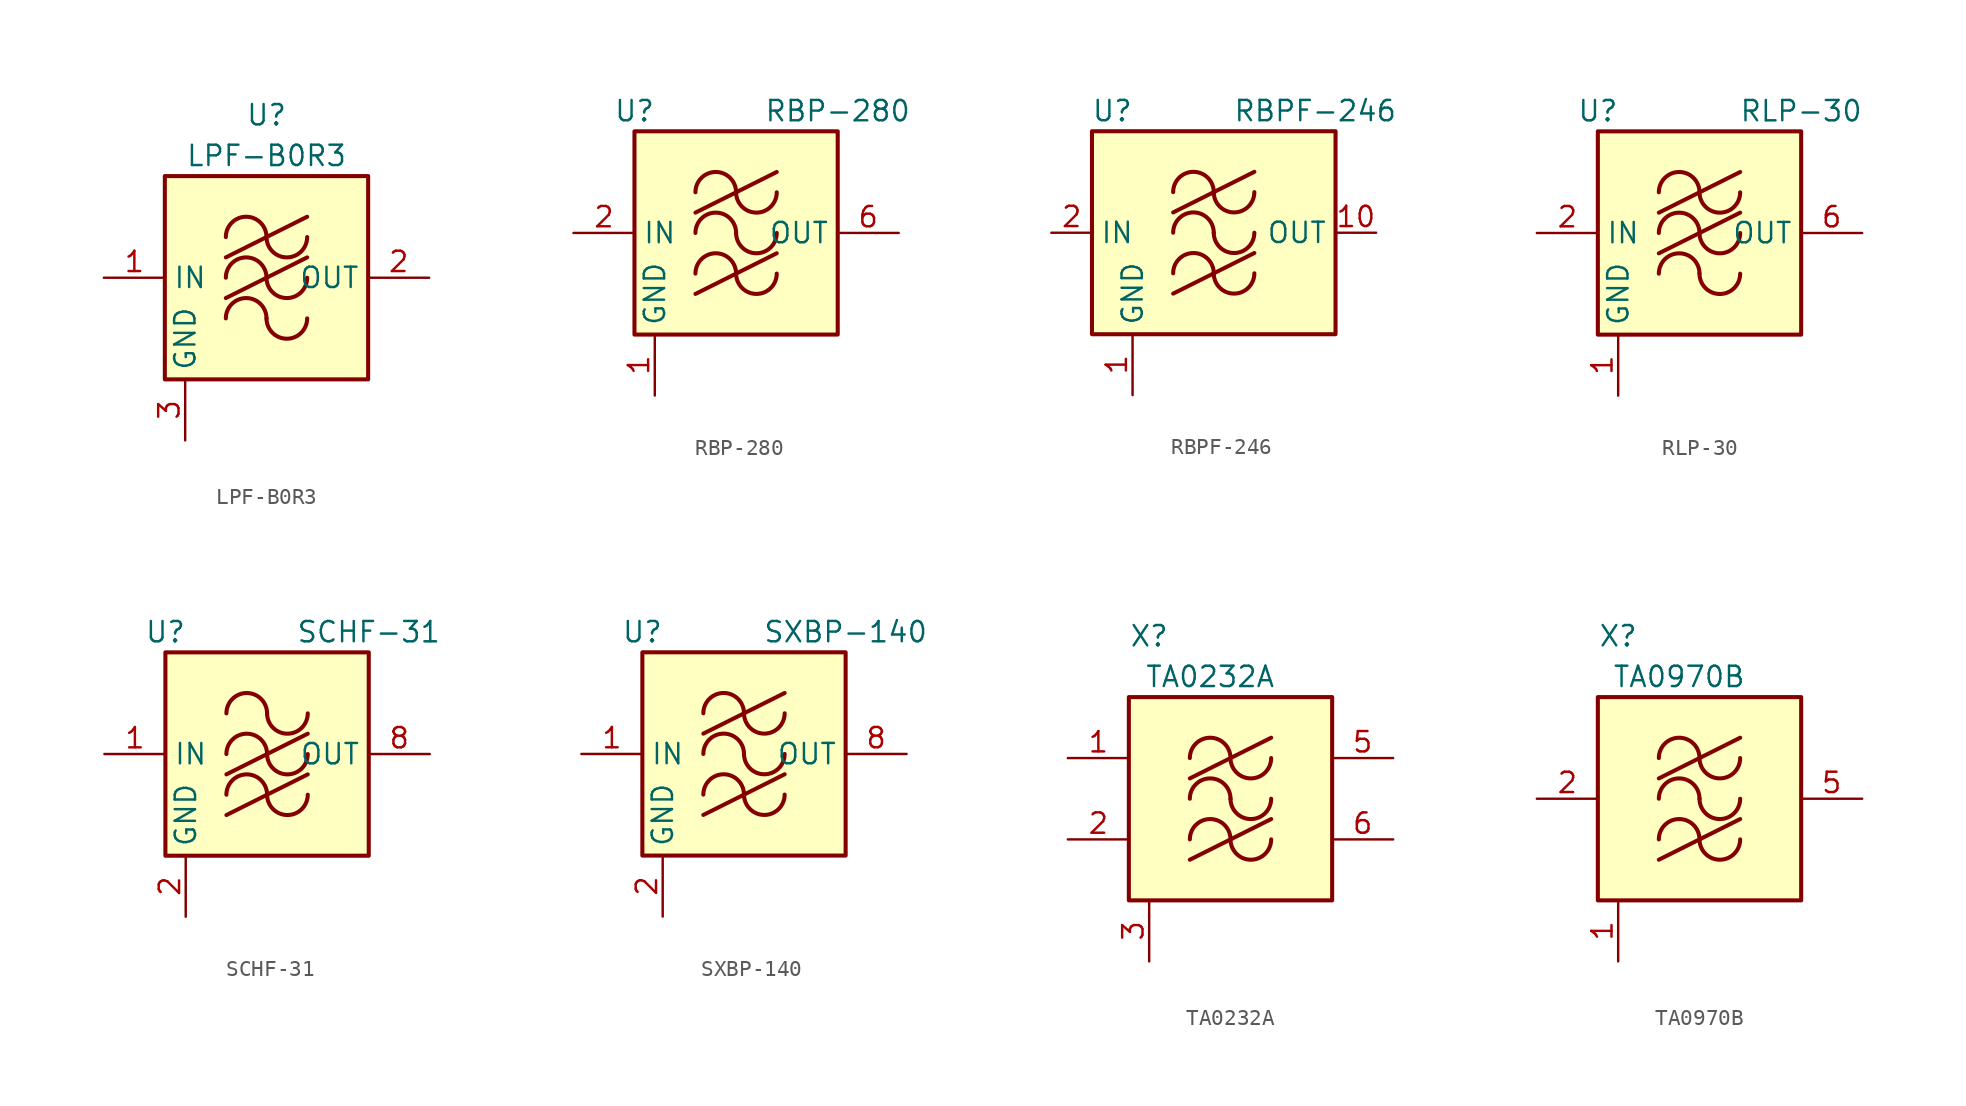
<source format=kicad_sym>
(kicad_symbol_lib
  (version 20201005)
  (generator kicad_symbol_editor)
  (symbol "RF_Filter:LPF-B0R3"
    (property "Reference" "U"
      (at 0 10.16 0)
      (effects (font (size 1.27 1.27))))
    (property "Value" "LPF-B0R3"
      (at 0 7.62 0)
      (effects (font (size 1.27 1.27))))
    (symbol "LPF-B0R3_0_1"
      (arc (start 0 -2.54) (end -2.54 -2.54) (radius (at -1.27 -2.54) (length 1.27) (angles 0.1 179.9)) (stroke (width 0.254)) (fill (type none)))
      (arc (start 0 0) (end -2.54 0) (radius (at -1.27 0) (length 1.27) (angles 0.1 179.9)) (stroke (width 0.254)) (fill (type none)))
      (arc (start 0 2.54) (end -2.54 2.54) (radius (at -1.27 2.54) (length 1.27) (angles 0.1 179.9)) (stroke (width 0.254)) (fill (type none)))
      (arc (start 0 -2.54) (end 2.54 -2.54) (radius (at 1.27 -2.54) (length 1.27) (angles -179.9 -0.1)) (stroke (width 0.254)) (fill (type none)))
      (arc (start 0 0) (end 2.54 0) (radius (at 1.27 0) (length 1.27) (angles -179.9 -0.1)) (stroke (width 0.254)) (fill (type none)))
      (arc (start 0 2.54) (end 2.54 2.54) (radius (at 1.27 2.54) (length 1.27) (angles -179.9 -0.1)) (stroke (width 0.254)) (fill (type none)))
      (rectangle (start -6.35 6.35) (end 6.35 -6.35) (stroke (width 0.254)) (fill (type background)))
      (polyline (pts (xy -2.54 -1.27) (xy 2.54 1.27)) (stroke (width 0.254)) (fill (type none)))
      (polyline (pts (xy -2.54 1.27) (xy 2.54 3.81)) (stroke (width 0.254)) (fill (type none))))
    (symbol "LPF-B0R3_1_1"
      (pin input line (at -10.16 0 0) (length 3.81) (name "IN" (effects (font (size 1.27 1.27)))) (number "1" (effects (font (size 1.27 1.27)))))
      (pin output line (at 10.16 0 180) (length 3.81) (name "OUT" (effects (font (size 1.27 1.27)))) (number "2" (effects (font (size 1.27 1.27)))))
      (pin power_in line (at -5.08 -10.16 90) (length 3.81) (name "GND" (effects (font (size 1.27 1.27)))) (number "3" (effects (font (size 1.27 1.27)))))
      (pin passive line (at -5.08 -10.16 90) (length 3.81) hide (name "GND" (effects (font (size 1.27 1.27)))) (number "4" (effects (font (size 1.27 1.27)))))
      (pin passive line (at -5.08 -10.16 90) (length 3.81) hide (name "GND" (effects (font (size 1.27 1.27)))) (number "5" (effects (font (size 1.27 1.27)))))
      (pin passive line (at -5.08 -10.16 90) (length 3.81) hide (name "GND" (effects (font (size 1.27 1.27)))) (number "6" (effects (font (size 1.27 1.27)))))))
  (symbol "RF_Filter:RBP-280"
    (property "Reference" "U"
      (at -6.35 7.62 0)
      (effects (font (size 1.27 1.27))))
    (property "Value" "RBP-280"
      (at 6.35 7.62 0)
      (effects (font (size 1.27 1.27))))
    (symbol "RBP-280_0_1"
      (arc (start 0 -2.54) (end -2.54 -2.54) (radius (at -1.27 -2.54) (length 1.27) (angles 0.1 179.9)) (stroke (width 0.254)) (fill (type none)))
      (arc (start 0 0) (end -2.54 0) (radius (at -1.27 0) (length 1.27) (angles 0.1 179.9)) (stroke (width 0.254)) (fill (type none)))
      (arc (start 0 2.54) (end -2.54 2.54) (radius (at -1.27 2.54) (length 1.27) (angles 0.1 179.9)) (stroke (width 0.254)) (fill (type none)))
      (arc (start 0 -2.54) (end 2.54 -2.54) (radius (at 1.27 -2.54) (length 1.27) (angles -179.9 -0.1)) (stroke (width 0.254)) (fill (type none)))
      (arc (start 0 0) (end 2.54 0) (radius (at 1.27 0) (length 1.27) (angles -179.9 -0.1)) (stroke (width 0.254)) (fill (type none)))
      (arc (start 0 2.54) (end 2.54 2.54) (radius (at 1.27 2.54) (length 1.27) (angles -179.9 -0.1)) (stroke (width 0.254)) (fill (type none)))
      (rectangle (start -6.35 6.35) (end 6.35 -6.35) (stroke (width 0.254)) (fill (type background)))
      (polyline (pts (xy -2.54 -3.81) (xy 2.54 -1.27)) (stroke (width 0.254)) (fill (type none)))
      (polyline (pts (xy -2.54 1.27) (xy 2.54 3.81)) (stroke (width 0.254)) (fill (type none))))
    (symbol "RBP-280_1_1"
      (pin power_in line (at -5.08 -10.16 90) (length 3.81) (name "GND" (effects (font (size 1.27 1.27)))) (number "1" (effects (font (size 1.27 1.27)))))
      (pin input line (at -10.16 0 0) (length 3.81) (name "IN" (effects (font (size 1.27 1.27)))) (number "2" (effects (font (size 1.27 1.27)))))
      (pin passive line (at -5.08 -10.16 90) (length 3.81) hide (name "GND" (effects (font (size 1.27 1.27)))) (number "3" (effects (font (size 1.27 1.27)))))
      (pin passive line (at -5.08 -10.16 90) (length 3.81) hide (name "GND" (effects (font (size 1.27 1.27)))) (number "4" (effects (font (size 1.27 1.27)))))
      (pin passive line (at -5.08 -10.16 90) (length 3.81) hide (name "GND" (effects (font (size 1.27 1.27)))) (number "5" (effects (font (size 1.27 1.27)))))
      (pin output line (at 10.16 0 180) (length 3.81) (name "OUT" (effects (font (size 1.27 1.27)))) (number "6" (effects (font (size 1.27 1.27)))))
      (pin passive line (at -5.08 -10.16 90) (length 3.81) hide (name "GND" (effects (font (size 1.27 1.27)))) (number "7" (effects (font (size 1.27 1.27)))))
      (pin passive line (at -5.08 -10.16 90) (length 3.81) hide (name "GND" (effects (font (size 1.27 1.27)))) (number "8" (effects (font (size 1.27 1.27)))))))
  (symbol "RF_Filter:RBPF-246"
    (property "Reference" "U"
      (at -6.35 7.62 0)
      (effects (font (size 1.27 1.27))))
    (property "Value" "RBPF-246"
      (at 6.35 7.62 0)
      (effects (font (size 1.27 1.27))))
    (symbol "RBPF-246_0_1"
      (arc (start 0 -2.54) (end -2.54 -2.54) (radius (at -1.27 -2.54) (length 1.27) (angles 0.1 179.9)) (stroke (width 0.254)) (fill (type none)))
      (arc (start 0 0) (end -2.54 0) (radius (at -1.27 0) (length 1.27) (angles 0.1 179.9)) (stroke (width 0.254)) (fill (type none)))
      (arc (start 0 2.54) (end -2.54 2.54) (radius (at -1.27 2.54) (length 1.27) (angles 0.1 179.9)) (stroke (width 0.254)) (fill (type none)))
      (arc (start 0 -2.54) (end 2.54 -2.54) (radius (at 1.27 -2.54) (length 1.27) (angles -179.9 -0.1)) (stroke (width 0.254)) (fill (type none)))
      (arc (start 0 0) (end 2.54 0) (radius (at 1.27 0) (length 1.27) (angles -179.9 -0.1)) (stroke (width 0.254)) (fill (type none)))
      (arc (start 0 2.54) (end 2.54 2.54) (radius (at 1.27 2.54) (length 1.27) (angles -179.9 -0.1)) (stroke (width 0.254)) (fill (type none)))
      (rectangle (start -7.62 6.35) (end 7.62 -6.35) (stroke (width 0.254)) (fill (type background)))
      (polyline (pts (xy -2.54 -3.81) (xy 2.54 -1.27)) (stroke (width 0.254)) (fill (type none)))
      (polyline (pts (xy -2.54 1.27) (xy 2.54 3.81)) (stroke (width 0.254)) (fill (type none))))
    (symbol "RBPF-246_1_1"
      (pin power_in line (at -5.08 -10.16 90) (length 3.81) (name "GND" (effects (font (size 1.27 1.27)))) (number "1" (effects (font (size 1.27 1.27)))))
      (pin output line (at 10.16 0 180) (length 2.54) (name "OUT" (effects (font (size 1.27 1.27)))) (number "10" (effects (font (size 1.27 1.27)))))
      (pin passive line (at -5.08 -10.16 90) (length 3.81) hide (name "GND" (effects (font (size 1.27 1.27)))) (number "11" (effects (font (size 1.27 1.27)))))
      (pin passive line (at -5.08 -10.16 90) (length 3.81) hide (name "GND" (effects (font (size 1.27 1.27)))) (number "12" (effects (font (size 1.27 1.27)))))
      (pin passive line (at -5.08 -10.16 90) (length 3.81) hide (name "GND" (effects (font (size 1.27 1.27)))) (number "13" (effects (font (size 1.27 1.27)))))
      (pin no_connect line (at 7.62 -2.54 180) (length 2.54) hide (name "NC" (effects (font (size 1.27 1.27)))) (number "14" (effects (font (size 1.27 1.27)))))
      (pin passive line (at -5.08 -10.16 90) (length 3.81) hide (name "GND" (effects (font (size 1.27 1.27)))) (number "15" (effects (font (size 1.27 1.27)))))
      (pin passive line (at -5.08 -10.16 90) (length 3.81) hide (name "GND" (effects (font (size 1.27 1.27)))) (number "16" (effects (font (size 1.27 1.27)))))
      (pin input line (at -10.16 0 0) (length 2.54) (name "IN" (effects (font (size 1.27 1.27)))) (number "2" (effects (font (size 1.27 1.27)))))
      (pin passive line (at -5.08 -10.16 90) (length 3.81) hide (name "GND" (effects (font (size 1.27 1.27)))) (number "3" (effects (font (size 1.27 1.27)))))
      (pin passive line (at -5.08 -10.16 90) (length 3.81) hide (name "GND" (effects (font (size 1.27 1.27)))) (number "4" (effects (font (size 1.27 1.27)))))
      (pin passive line (at -5.08 -10.16 90) (length 3.81) hide (name "GND" (effects (font (size 1.27 1.27)))) (number "5" (effects (font (size 1.27 1.27)))))
      (pin passive line (at -5.08 -10.16 90) (length 3.81) hide (name "GND" (effects (font (size 1.27 1.27)))) (number "6" (effects (font (size 1.27 1.27)))))
      (pin passive line (at -5.08 -10.16 90) (length 3.81) hide (name "GND" (effects (font (size 1.27 1.27)))) (number "7" (effects (font (size 1.27 1.27)))))
      (pin passive line (at -5.08 -10.16 90) (length 3.81) hide (name "GND" (effects (font (size 1.27 1.27)))) (number "8" (effects (font (size 1.27 1.27)))))
      (pin passive line (at -5.08 -10.16 90) (length 3.81) hide (name "GND" (effects (font (size 1.27 1.27)))) (number "9" (effects (font (size 1.27 1.27)))))))
  (symbol "RF_Filter:RLP-30"
    (property "Reference" "U"
      (at -6.35 7.62 0)
      (effects (font (size 1.27 1.27))))
    (property "Value" "RLP-30"
      (at 6.35 7.62 0)
      (effects (font (size 1.27 1.27))))
    (symbol "RLP-30_0_1"
      (arc (start 0 -2.54) (end -2.54 -2.54) (radius (at -1.27 -2.54) (length 1.27) (angles 0.1 179.9)) (stroke (width 0.254)) (fill (type none)))
      (arc (start 0 0) (end -2.54 0) (radius (at -1.27 0) (length 1.27) (angles 0.1 179.9)) (stroke (width 0.254)) (fill (type none)))
      (arc (start 0 2.54) (end -2.54 2.54) (radius (at -1.27 2.54) (length 1.27) (angles 0.1 179.9)) (stroke (width 0.254)) (fill (type none)))
      (arc (start 0 -2.54) (end 2.54 -2.54) (radius (at 1.27 -2.54) (length 1.27) (angles -179.9 -0.1)) (stroke (width 0.254)) (fill (type none)))
      (arc (start 0 0) (end 2.54 0) (radius (at 1.27 0) (length 1.27) (angles -179.9 -0.1)) (stroke (width 0.254)) (fill (type none)))
      (arc (start 0 2.54) (end 2.54 2.54) (radius (at 1.27 2.54) (length 1.27) (angles -179.9 -0.1)) (stroke (width 0.254)) (fill (type none)))
      (rectangle (start -6.35 6.35) (end 6.35 -6.35) (stroke (width 0.254)) (fill (type background)))
      (polyline (pts (xy -2.54 -1.27) (xy 2.54 1.27)) (stroke (width 0.254)) (fill (type none)))
      (polyline (pts (xy -2.54 1.27) (xy 2.54 3.81)) (stroke (width 0.254)) (fill (type none))))
    (symbol "RLP-30_1_1"
      (pin power_in line (at -5.08 -10.16 90) (length 3.81) (name "GND" (effects (font (size 1.27 1.27)))) (number "1" (effects (font (size 1.27 1.27)))))
      (pin input line (at -10.16 0 0) (length 3.81) (name "IN" (effects (font (size 1.27 1.27)))) (number "2" (effects (font (size 1.27 1.27)))))
      (pin passive line (at -5.08 -10.16 90) (length 3.81) hide (name "GND" (effects (font (size 1.27 1.27)))) (number "3" (effects (font (size 1.27 1.27)))))
      (pin passive line (at -5.08 -10.16 90) (length 3.81) hide (name "GND" (effects (font (size 1.27 1.27)))) (number "4" (effects (font (size 1.27 1.27)))))
      (pin passive line (at -5.08 -10.16 90) (length 3.81) hide (name "GND" (effects (font (size 1.27 1.27)))) (number "5" (effects (font (size 1.27 1.27)))))
      (pin output line (at 10.16 0 180) (length 3.81) (name "OUT" (effects (font (size 1.27 1.27)))) (number "6" (effects (font (size 1.27 1.27)))))
      (pin passive line (at -5.08 -10.16 90) (length 3.81) hide (name "GND" (effects (font (size 1.27 1.27)))) (number "7" (effects (font (size 1.27 1.27)))))
      (pin passive line (at -5.08 -10.16 90) (length 3.81) hide (name "GND" (effects (font (size 1.27 1.27)))) (number "8" (effects (font (size 1.27 1.27)))))))
  (symbol "RF_Filter:SCHF-31"
    (property "Reference" "U"
      (at -6.35 7.62 0)
      (effects (font (size 1.27 1.27))))
    (property "Value" "SCHF-31"
      (at 6.35 7.62 0)
      (effects (font (size 1.27 1.27))))
    (symbol "SCHF-31_0_1"
      (arc (start 0 -2.54) (end -2.54 -2.54) (radius (at -1.27 -2.54) (length 1.27) (angles 0.1 179.9)) (stroke (width 0.254)) (fill (type none)))
      (arc (start 0 0) (end -2.54 0) (radius (at -1.27 0) (length 1.27) (angles 0.1 179.9)) (stroke (width 0.254)) (fill (type none)))
      (arc (start 0 2.54) (end -2.54 2.54) (radius (at -1.27 2.54) (length 1.27) (angles 0.1 179.9)) (stroke (width 0.254)) (fill (type none)))
      (arc (start 0 -2.54) (end 2.54 -2.54) (radius (at 1.27 -2.54) (length 1.27) (angles -179.9 -0.1)) (stroke (width 0.254)) (fill (type none)))
      (arc (start 0 0) (end 2.54 0) (radius (at 1.27 0) (length 1.27) (angles -179.9 -0.1)) (stroke (width 0.254)) (fill (type none)))
      (arc (start 0 2.54) (end 2.54 2.54) (radius (at 1.27 2.54) (length 1.27) (angles -179.9 -0.1)) (stroke (width 0.254)) (fill (type none)))
      (rectangle (start -6.35 6.35) (end 6.35 -6.35) (stroke (width 0.254)) (fill (type background)))
      (polyline (pts (xy -2.54 -3.81) (xy 2.54 -1.27)) (stroke (width 0.254)) (fill (type none)))
      (polyline (pts (xy -2.54 -1.27) (xy 2.54 1.27)) (stroke (width 0.254)) (fill (type none))))
    (symbol "SCHF-31_1_1"
      (pin input line (at -10.16 0 0) (length 3.81) (name "IN" (effects (font (size 1.27 1.27)))) (number "1" (effects (font (size 1.27 1.27)))))
      (pin power_in line (at -5.08 -10.16 90) (length 3.81) (name "GND" (effects (font (size 1.27 1.27)))) (number "2" (effects (font (size 1.27 1.27)))))
      (pin passive line (at -5.08 -10.16 90) (length 3.81) hide (name "GND" (effects (font (size 1.27 1.27)))) (number "3" (effects (font (size 1.27 1.27)))))
      (pin passive line (at -5.08 -10.16 90) (length 3.81) hide (name "GND" (effects (font (size 1.27 1.27)))) (number "4" (effects (font (size 1.27 1.27)))))
      (pin passive line (at -5.08 -10.16 90) (length 3.81) hide (name "GND" (effects (font (size 1.27 1.27)))) (number "5" (effects (font (size 1.27 1.27)))))
      (pin passive line (at -5.08 -10.16 90) (length 3.81) hide (name "GND" (effects (font (size 1.27 1.27)))) (number "6" (effects (font (size 1.27 1.27)))))
      (pin passive line (at -5.08 -10.16 90) (length 3.81) hide (name "GND" (effects (font (size 1.27 1.27)))) (number "7" (effects (font (size 1.27 1.27)))))
      (pin output line (at 10.16 0 180) (length 3.81) (name "OUT" (effects (font (size 1.27 1.27)))) (number "8" (effects (font (size 1.27 1.27)))))))
  (symbol "RF_Filter:SXBP-140"
    (property "Reference" "U"
      (at -6.35 7.62 0)
      (effects (font (size 1.27 1.27))))
    (property "Value" "SXBP-140"
      (at 6.35 7.62 0)
      (effects (font (size 1.27 1.27))))
    (symbol "SXBP-140_0_1"
      (arc (start 0 -2.54) (end -2.54 -2.54) (radius (at -1.27 -2.54) (length 1.27) (angles 0.1 179.9)) (stroke (width 0.254)) (fill (type none)))
      (arc (start 0 0) (end -2.54 0) (radius (at -1.27 0) (length 1.27) (angles 0.1 179.9)) (stroke (width 0.254)) (fill (type none)))
      (arc (start 0 2.54) (end -2.54 2.54) (radius (at -1.27 2.54) (length 1.27) (angles 0.1 179.9)) (stroke (width 0.254)) (fill (type none)))
      (arc (start 0 -2.54) (end 2.54 -2.54) (radius (at 1.27 -2.54) (length 1.27) (angles -179.9 -0.1)) (stroke (width 0.254)) (fill (type none)))
      (arc (start 0 0) (end 2.54 0) (radius (at 1.27 0) (length 1.27) (angles -179.9 -0.1)) (stroke (width 0.254)) (fill (type none)))
      (arc (start 0 2.54) (end 2.54 2.54) (radius (at 1.27 2.54) (length 1.27) (angles -179.9 -0.1)) (stroke (width 0.254)) (fill (type none)))
      (rectangle (start -6.35 6.35) (end 6.35 -6.35) (stroke (width 0.254)) (fill (type background)))
      (polyline (pts (xy -2.54 -3.81) (xy 2.54 -1.27)) (stroke (width 0.254)) (fill (type none)))
      (polyline (pts (xy -2.54 1.27) (xy 2.54 3.81)) (stroke (width 0.254)) (fill (type none))))
    (symbol "SXBP-140_1_1"
      (pin input line (at -10.16 0 0) (length 3.81) (name "IN" (effects (font (size 1.27 1.27)))) (number "1" (effects (font (size 1.27 1.27)))))
      (pin power_in line (at -5.08 -10.16 90) (length 3.81) (name "GND" (effects (font (size 1.27 1.27)))) (number "2" (effects (font (size 1.27 1.27)))))
      (pin passive line (at -5.08 -10.16 90) (length 3.81) hide (name "GND" (effects (font (size 1.27 1.27)))) (number "3" (effects (font (size 1.27 1.27)))))
      (pin passive line (at -5.08 -10.16 90) (length 3.81) hide (name "GND" (effects (font (size 1.27 1.27)))) (number "4" (effects (font (size 1.27 1.27)))))
      (pin passive line (at -5.08 -10.16 90) (length 3.81) hide (name "GND" (effects (font (size 1.27 1.27)))) (number "5" (effects (font (size 1.27 1.27)))))
      (pin passive line (at -5.08 -10.16 90) (length 3.81) hide (name "GND" (effects (font (size 1.27 1.27)))) (number "6" (effects (font (size 1.27 1.27)))))
      (pin passive line (at -5.08 -10.16 90) (length 3.81) hide (name "GND" (effects (font (size 1.27 1.27)))) (number "7" (effects (font (size 1.27 1.27)))))
      (pin output line (at 10.16 0 180) (length 3.81) (name "OUT" (effects (font (size 1.27 1.27)))) (number "8" (effects (font (size 1.27 1.27)))))))
  (symbol "RF_Filter:TA0232A"
    (pin_names hide)
    (property "Reference" "X"
      (at -5.08 10.16 0)
      (effects (font (size 1.27 1.27))))
    (property "Value" "TA0232A"
      (at -1.27 7.62 0)
      (effects (font (size 1.27 1.27))))
    (symbol "TA0232A_1_1"
      (arc (start 0 -2.54) (end -2.54 -2.54) (radius (at -1.27 -2.54) (length 1.27) (angles 0.1 179.9)) (stroke (width 0.254)) (fill (type none)))
      (arc (start 0 0) (end -2.54 0) (radius (at -1.27 0) (length 1.27) (angles 0.1 179.9)) (stroke (width 0.254)) (fill (type none)))
      (arc (start 0 2.54) (end -2.54 2.54) (radius (at -1.27 2.54) (length 1.27) (angles 0.1 179.9)) (stroke (width 0.254)) (fill (type none)))
      (arc (start 0 -2.54) (end 2.54 -2.54) (radius (at 1.27 -2.54) (length 1.27) (angles -179.9 -0.1)) (stroke (width 0.254)) (fill (type none)))
      (arc (start 0 0) (end 2.54 0) (radius (at 1.27 0) (length 1.27) (angles -179.9 -0.1)) (stroke (width 0.254)) (fill (type none)))
      (arc (start 0 2.54) (end 2.54 2.54) (radius (at 1.27 2.54) (length 1.27) (angles -179.9 -0.1)) (stroke (width 0.254)) (fill (type none)))
      (rectangle (start -6.35 6.35) (end 6.35 -6.35) (stroke (width 0.254)) (fill (type background)))
      (polyline (pts (xy -2.54 -3.81) (xy 2.54 -1.27)) (stroke (width 0.254)) (fill (type none)))
      (polyline (pts (xy -2.54 1.27) (xy 2.54 3.81)) (stroke (width 0.254)) (fill (type none)))
      (pin input line (at -10.16 2.54 0) (length 3.81) (name "IN_1" (effects (font (size 1.27 1.27)))) (number "1" (effects (font (size 1.27 1.27)))))
      (pin input line (at -10.16 -2.54 0) (length 3.81) (name "IN_2" (effects (font (size 1.27 1.27)))) (number "2" (effects (font (size 1.27 1.27)))))
      (pin power_in line (at -5.08 -10.16 90) (length 3.81) (name "GND" (effects (font (size 1.27 1.27)))) (number "3" (effects (font (size 1.27 1.27)))))
      (pin passive line (at -5.08 -10.16 90) (length 3.81) hide (name "GND" (effects (font (size 1.27 1.27)))) (number "4" (effects (font (size 1.27 1.27)))))
      (pin output line (at 10.16 2.54 180) (length 3.81) (name "OUT_1" (effects (font (size 1.27 1.27)))) (number "5" (effects (font (size 1.27 1.27)))))
      (pin output line (at 10.16 -2.54 180) (length 3.81) (name "OUT_2" (effects (font (size 1.27 1.27)))) (number "6" (effects (font (size 1.27 1.27)))))
      (pin passive line (at -5.08 -10.16 90) (length 3.81) hide (name "GND" (effects (font (size 1.27 1.27)))) (number "7" (effects (font (size 1.27 1.27)))))
      (pin passive line (at -5.08 -10.16 90) (length 3.81) hide (name "GND" (effects (font (size 1.27 1.27)))) (number "8" (effects (font (size 1.27 1.27)))))))
  (symbol "RF_Filter:TA0970B"
    (pin_names hide)
    (property "Reference" "X"
      (at -5.08 10.16 0)
      (effects (font (size 1.27 1.27))))
    (property "Value" "TA0970B"
      (at -1.27 7.62 0)
      (effects (font (size 1.27 1.27))))
    (symbol "TA0970B_1_1"
      (arc (start 0 -2.54) (end -2.54 -2.54) (radius (at -1.27 -2.54) (length 1.27) (angles 0.1 179.9)) (stroke (width 0.254)) (fill (type none)))
      (arc (start 0 0) (end -2.54 0) (radius (at -1.27 0) (length 1.27) (angles 0.1 179.9)) (stroke (width 0.254)) (fill (type none)))
      (arc (start 0 2.54) (end -2.54 2.54) (radius (at -1.27 2.54) (length 1.27) (angles 0.1 179.9)) (stroke (width 0.254)) (fill (type none)))
      (arc (start 0 -2.54) (end 2.54 -2.54) (radius (at 1.27 -2.54) (length 1.27) (angles -179.9 -0.1)) (stroke (width 0.254)) (fill (type none)))
      (arc (start 0 0) (end 2.54 0) (radius (at 1.27 0) (length 1.27) (angles -179.9 -0.1)) (stroke (width 0.254)) (fill (type none)))
      (arc (start 0 2.54) (end 2.54 2.54) (radius (at 1.27 2.54) (length 1.27) (angles -179.9 -0.1)) (stroke (width 0.254)) (fill (type none)))
      (rectangle (start -6.35 6.35) (end 6.35 -6.35) (stroke (width 0.254)) (fill (type background)))
      (polyline (pts (xy -2.54 -3.81) (xy 2.54 -1.27)) (stroke (width 0.254)) (fill (type none)))
      (polyline (pts (xy -2.54 1.27) (xy 2.54 3.81)) (stroke (width 0.254)) (fill (type none)))
      (pin power_in line (at -5.08 -10.16 90) (length 3.81) (name "GND" (effects (font (size 1.27 1.27)))) (number "1" (effects (font (size 1.27 1.27)))))
      (pin input line (at -10.16 0 0) (length 3.81) (name "IN" (effects (font (size 1.27 1.27)))) (number "2" (effects (font (size 1.27 1.27)))))
      (pin passive line (at -5.08 -10.16 90) (length 3.81) hide (name "GND" (effects (font (size 1.27 1.27)))) (number "3" (effects (font (size 1.27 1.27)))))
      (pin passive line (at -5.08 -10.16 90) (length 3.81) hide (name "GND" (effects (font (size 1.27 1.27)))) (number "4" (effects (font (size 1.27 1.27)))))
      (pin output line (at 10.16 0 180) (length 3.81) (name "OUT" (effects (font (size 1.27 1.27)))) (number "5" (effects (font (size 1.27 1.27)))))
      (pin passive line (at -5.08 -10.16 90) (length 3.81) hide (name "GND" (effects (font (size 1.27 1.27)))) (number "6" (effects (font (size 1.27 1.27))))))))
</source>
